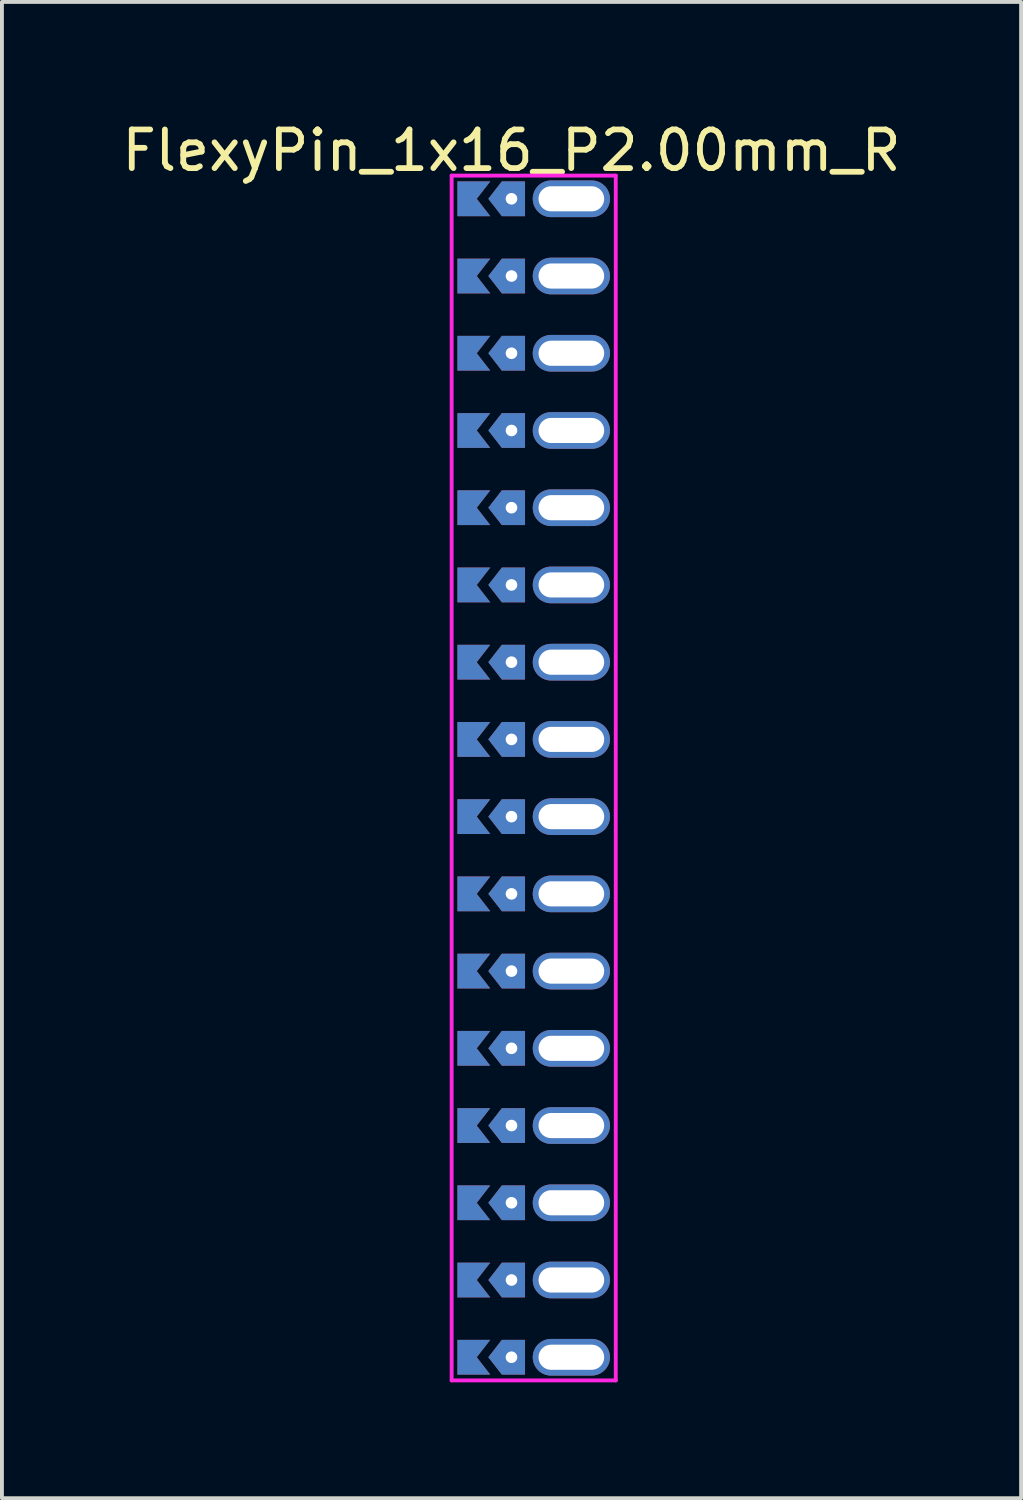
<source format=kicad_pcb>
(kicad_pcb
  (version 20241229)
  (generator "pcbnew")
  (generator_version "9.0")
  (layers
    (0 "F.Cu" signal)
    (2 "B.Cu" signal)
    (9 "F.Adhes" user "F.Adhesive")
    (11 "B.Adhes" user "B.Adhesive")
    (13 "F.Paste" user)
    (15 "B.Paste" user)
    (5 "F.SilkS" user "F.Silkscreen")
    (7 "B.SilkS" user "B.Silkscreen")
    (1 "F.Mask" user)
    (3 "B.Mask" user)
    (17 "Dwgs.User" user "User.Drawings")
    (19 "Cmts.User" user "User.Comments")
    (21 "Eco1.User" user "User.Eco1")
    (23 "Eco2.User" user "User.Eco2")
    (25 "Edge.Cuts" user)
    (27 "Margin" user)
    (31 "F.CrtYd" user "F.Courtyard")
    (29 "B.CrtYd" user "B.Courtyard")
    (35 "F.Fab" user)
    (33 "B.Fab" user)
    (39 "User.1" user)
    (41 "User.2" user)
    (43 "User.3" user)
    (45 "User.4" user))
  (footprint "FlexyPin_1x16_P2.00mm_R"
    (layer "F.Cu")
    (at 10.196 2.098)
    (property "Reference" "FlexyPin_1x16_P2.00mm_R" (at 0 -1.25 0) (layer "F.SilkS") (effects (font (size 1 1) (thickness 0.15))))
    (attr through_hole)
    (fp_line (start -1.55 -0.6) (end 2.7 -0.6) (stroke (width 0.1) (type solid)) (layer "F.CrtYd"))
    (fp_line (start -1.55 30.6) (end -1.55 -0.6) (stroke (width 0.1) (type solid)) (layer "F.CrtYd"))
    (fp_line (start 2.7 -0.6) (end 2.7 30.6) (stroke (width 0.1) (type solid)) (layer "F.CrtYd"))
    (fp_line (start 2.7 30.6) (end -1.55 30.6) (stroke (width 0.1) (type solid)) (layer "F.CrtYd"))
    (pad "" thru_hole custom (at 0 0) (size 0.3 0.3) (drill 0.6) (layers "*.Cu" "*.Mask") (options (anchor rect)) (primitives (gr_poly (pts (xy 0.35 0.45) (xy 0.35 -0.45) (xy -0.25 -0.45) (xy -0.6 0) (xy -0.25 0.45)) (width 0) (fill yes))))
    (pad "" thru_hole custom (at 0 2) (size 0.3 0.3) (drill 0.6) (layers "*.Cu" "*.Mask") (options (anchor rect)) (primitives (gr_poly (pts (xy 0.35 0.45) (xy 0.35 -0.45) (xy -0.25 -0.45) (xy -0.6 0) (xy -0.25 0.45)) (width 0) (fill yes))))
    (pad "" thru_hole custom (at 0 4) (size 0.3 0.3) (drill 0.6) (layers "*.Cu" "*.Mask") (options (anchor rect)) (primitives (gr_poly (pts (xy 0.35 0.45) (xy 0.35 -0.45) (xy -0.25 -0.45) (xy -0.6 0) (xy -0.25 0.45)) (width 0) (fill yes))))
    (pad "" thru_hole custom (at 0 6) (size 0.3 0.3) (drill 0.6) (layers "*.Cu" "*.Mask") (options (anchor rect)) (primitives (gr_poly (pts (xy 0.35 0.45) (xy 0.35 -0.45) (xy -0.25 -0.45) (xy -0.6 0) (xy -0.25 0.45)) (width 0) (fill yes))))
    (pad "" thru_hole custom (at 0 8) (size 0.3 0.3) (drill 0.6) (layers "*.Cu" "*.Mask") (options (anchor rect)) (primitives (gr_poly (pts (xy 0.35 0.45) (xy 0.35 -0.45) (xy -0.25 -0.45) (xy -0.6 0) (xy -0.25 0.45)) (width 0) (fill yes))))
    (pad "" thru_hole custom (at 0 10) (size 0.3 0.3) (drill 0.6) (layers "*.Cu" "*.Mask") (options (anchor rect)) (primitives (gr_poly (pts (xy 0.35 0.45) (xy 0.35 -0.45) (xy -0.25 -0.45) (xy -0.6 0) (xy -0.25 0.45)) (width 0) (fill yes))))
    (pad "" thru_hole custom (at 0 12) (size 0.3 0.3) (drill 0.6) (layers "*.Cu" "*.Mask") (options (anchor rect)) (primitives (gr_poly (pts (xy 0.35 0.45) (xy 0.35 -0.45) (xy -0.25 -0.45) (xy -0.6 0) (xy -0.25 0.45)) (width 0) (fill yes))))
    (pad "" thru_hole custom (at 0 14) (size 0.3 0.3) (drill 0.6) (layers "*.Cu" "*.Mask") (options (anchor rect)) (primitives (gr_poly (pts (xy 0.35 0.45) (xy 0.35 -0.45) (xy -0.25 -0.45) (xy -0.6 0) (xy -0.25 0.45)) (width 0) (fill yes))))
    (pad "" thru_hole custom (at 0 16) (size 0.3 0.3) (drill 0.6) (layers "*.Cu" "*.Mask") (options (anchor rect)) (primitives (gr_poly (pts (xy 0.35 0.45) (xy 0.35 -0.45) (xy -0.25 -0.45) (xy -0.6 0) (xy -0.25 0.45)) (width 0) (fill yes))))
    (pad "" thru_hole custom (at 0 18) (size 0.3 0.3) (drill 0.6) (layers "*.Cu" "*.Mask") (options (anchor rect)) (primitives (gr_poly (pts (xy 0.35 0.45) (xy 0.35 -0.45) (xy -0.25 -0.45) (xy -0.6 0) (xy -0.25 0.45)) (width 0) (fill yes))))
    (pad "" thru_hole custom (at 0 20) (size 0.3 0.3) (drill 0.6) (layers "*.Cu" "*.Mask") (options (anchor rect)) (primitives (gr_poly (pts (xy 0.35 0.45) (xy 0.35 -0.45) (xy -0.25 -0.45) (xy -0.6 0) (xy -0.25 0.45)) (width 0) (fill yes))))
    (pad "" thru_hole custom (at 0 22) (size 0.3 0.3) (drill 0.6) (layers "*.Cu" "*.Mask") (options (anchor rect)) (primitives (gr_poly (pts (xy 0.35 0.45) (xy 0.35 -0.45) (xy -0.25 -0.45) (xy -0.6 0) (xy -0.25 0.45)) (width 0) (fill yes))))
    (pad "" thru_hole custom (at 0 24) (size 0.3 0.3) (drill 0.6) (layers "*.Cu" "*.Mask") (options (anchor rect)) (primitives (gr_poly (pts (xy 0.35 0.45) (xy 0.35 -0.45) (xy -0.25 -0.45) (xy -0.6 0) (xy -0.25 0.45)) (width 0) (fill yes))))
    (pad "" thru_hole custom (at 0 26) (size 0.3 0.3) (drill 0.6) (layers "*.Cu" "*.Mask") (options (anchor rect)) (primitives (gr_poly (pts (xy 0.35 0.45) (xy 0.35 -0.45) (xy -0.25 -0.45) (xy -0.6 0) (xy -0.25 0.45)) (width 0) (fill yes))))
    (pad "" thru_hole custom (at 0 28) (size 0.3 0.3) (drill 0.6) (layers "*.Cu" "*.Mask") (options (anchor rect)) (primitives (gr_poly (pts (xy 0.35 0.45) (xy 0.35 -0.45) (xy -0.25 -0.45) (xy -0.6 0) (xy -0.25 0.45)) (width 0) (fill yes))))
    (pad "" thru_hole custom (at 0 30) (size 0.3 0.3) (drill 0.6) (layers "*.Cu" "*.Mask") (options (anchor rect)) (primitives (gr_poly (pts (xy 0.35 0.45) (xy 0.35 -0.45) (xy -0.25 -0.45) (xy -0.6 0) (xy -0.25 0.45)) (width 0) (fill yes))))
    (pad "" thru_hole oval (at 1.55 0) (size 2 0.95) (drill oval 1.7 0.65) (layers "*.Cu" "*.Mask"))
    (pad "" thru_hole oval (at 1.55 2) (size 2 0.95) (drill oval 1.7 0.65) (layers "*.Cu" "*.Mask"))
    (pad "" thru_hole oval (at 1.55 4) (size 2 0.95) (drill oval 1.7 0.65) (layers "*.Cu" "*.Mask"))
    (pad "" thru_hole oval (at 1.55 6) (size 2 0.95) (drill oval 1.7 0.65) (layers "*.Cu" "*.Mask"))
    (pad "" thru_hole oval (at 1.55 8) (size 2 0.95) (drill oval 1.7 0.65) (layers "*.Cu" "*.Mask"))
    (pad "" thru_hole oval (at 1.55 10) (size 2 0.95) (drill oval 1.7 0.65) (layers "*.Cu" "*.Mask"))
    (pad "" thru_hole oval (at 1.55 12) (size 2 0.95) (drill oval 1.7 0.65) (layers "*.Cu" "*.Mask"))
    (pad "" thru_hole oval (at 1.55 14) (size 2 0.95) (drill oval 1.7 0.65) (layers "*.Cu" "*.Mask"))
    (pad "" thru_hole oval (at 1.55 16) (size 2 0.95) (drill oval 1.7 0.65) (layers "*.Cu" "*.Mask"))
    (pad "" thru_hole oval (at 1.55 18) (size 2 0.95) (drill oval 1.7 0.65) (layers "*.Cu" "*.Mask"))
    (pad "" thru_hole oval (at 1.55 20) (size 2 0.95) (drill oval 1.7 0.65) (layers "*.Cu" "*.Mask"))
    (pad "" thru_hole oval (at 1.55 22) (size 2 0.95) (drill oval 1.7 0.65) (layers "*.Cu" "*.Mask"))
    (pad "" thru_hole oval (at 1.55 24) (size 2 0.95) (drill oval 1.7 0.65) (layers "*.Cu" "*.Mask"))
    (pad "" thru_hole oval (at 1.55 26) (size 2 0.95) (drill oval 1.7 0.65) (layers "*.Cu" "*.Mask"))
    (pad "" thru_hole oval (at 1.55 28) (size 2 0.95) (drill oval 1.7 0.65) (layers "*.Cu" "*.Mask"))
    (pad "" thru_hole oval (at 1.55 30) (size 2 0.95) (drill oval 1.7 0.65) (layers "*.Cu" "*.Mask"))
    (pad "1" smd custom (at -0.9 0) (size 0.01 0.01) (layers "F.Cu" "F.Mask") (options (anchor rect)) (primitives (gr_poly (pts (xy 0 0) (xy 0.35 0.45) (xy -0.5 0.45) (xy -0.5 -0.45) (xy 0.35 -0.45)) (width 0) (fill yes))))
    (pad "2" smd custom (at -0.9 2) (size 0.01 0.01) (layers "F.Cu" "F.Mask") (options (anchor rect)) (primitives (gr_poly (pts (xy 0 0) (xy 0.35 0.45) (xy -0.5 0.45) (xy -0.5 -0.45) (xy 0.35 -0.45)) (width 0) (fill yes))))
    (pad "3" smd custom (at -0.9 4) (size 0.01 0.01) (layers "F.Cu" "F.Mask") (options (anchor rect)) (primitives (gr_poly (pts (xy 0 0) (xy 0.35 0.45) (xy -0.5 0.45) (xy -0.5 -0.45) (xy 0.35 -0.45)) (width 0) (fill yes))))
    (pad "4" smd custom (at -0.9 6) (size 0.01 0.01) (layers "F.Cu" "F.Mask") (options (anchor rect)) (primitives (gr_poly (pts (xy 0 0) (xy 0.35 0.45) (xy -0.5 0.45) (xy -0.5 -0.45) (xy 0.35 -0.45)) (width 0) (fill yes))))
    (pad "5" smd custom (at -0.9 8) (size 0.01 0.01) (layers "F.Cu" "F.Mask") (options (anchor rect)) (primitives (gr_poly (pts (xy 0 0) (xy 0.35 0.45) (xy -0.5 0.45) (xy -0.5 -0.45) (xy 0.35 -0.45)) (width 0) (fill yes))))
    (pad "6" smd custom (at -0.9 10) (size 0.01 0.01) (layers "F.Cu" "F.Mask") (options (anchor rect)) (primitives (gr_poly (pts (xy 0 0) (xy 0.35 0.45) (xy -0.5 0.45) (xy -0.5 -0.45) (xy 0.35 -0.45)) (width 0) (fill yes))))
    (pad "7" smd custom (at -0.9 12) (size 0.01 0.01) (layers "F.Cu" "F.Mask") (options (anchor rect)) (primitives (gr_poly (pts (xy 0 0) (xy 0.35 0.45) (xy -0.5 0.45) (xy -0.5 -0.45) (xy 0.35 -0.45)) (width 0) (fill yes))))
    (pad "8" smd custom (at -0.9 14) (size 0.01 0.01) (layers "F.Cu" "F.Mask") (options (anchor rect)) (primitives (gr_poly (pts (xy 0 0) (xy 0.35 0.45) (xy -0.5 0.45) (xy -0.5 -0.45) (xy 0.35 -0.45)) (width 0) (fill yes))))
    (pad "9" smd custom (at -0.9 16) (size 0.01 0.01) (layers "F.Cu" "F.Mask") (options (anchor rect)) (primitives (gr_poly (pts (xy 0 0) (xy 0.35 0.45) (xy -0.5 0.45) (xy -0.5 -0.45) (xy 0.35 -0.45)) (width 0) (fill yes))))
    (pad "10" smd custom (at -0.9 18) (size 0.01 0.01) (layers "F.Cu" "F.Mask") (options (anchor rect)) (primitives (gr_poly (pts (xy 0 0) (xy 0.35 0.45) (xy -0.5 0.45) (xy -0.5 -0.45) (xy 0.35 -0.45)) (width 0) (fill yes))))
    (pad "11" smd custom (at -0.9 20) (size 0.01 0.01) (layers "F.Cu" "F.Mask") (options (anchor rect)) (primitives (gr_poly (pts (xy 0 0) (xy 0.35 0.45) (xy -0.5 0.45) (xy -0.5 -0.45) (xy 0.35 -0.45)) (width 0) (fill yes))))
    (pad "12" smd custom (at -0.9 22) (size 0.01 0.01) (layers "F.Cu" "F.Mask") (options (anchor rect)) (primitives (gr_poly (pts (xy 0 0) (xy 0.35 0.45) (xy -0.5 0.45) (xy -0.5 -0.45) (xy 0.35 -0.45)) (width 0) (fill yes))))
    (pad "13" smd custom (at -0.9 24) (size 0.01 0.01) (layers "F.Cu" "F.Mask") (options (anchor rect)) (primitives (gr_poly (pts (xy 0 0) (xy 0.35 0.45) (xy -0.5 0.45) (xy -0.5 -0.45) (xy 0.35 -0.45)) (width 0) (fill yes))))
    (pad "14" smd custom (at -0.9 26) (size 0.01 0.01) (layers "F.Cu" "F.Mask") (options (anchor rect)) (primitives (gr_poly (pts (xy 0 0) (xy 0.35 0.45) (xy -0.5 0.45) (xy -0.5 -0.45) (xy 0.35 -0.45)) (width 0) (fill yes))))
    (pad "15" smd custom (at -0.9 28) (size 0.01 0.01) (layers "F.Cu" "F.Mask") (options (anchor rect)) (primitives (gr_poly (pts (xy 0 0) (xy 0.35 0.45) (xy -0.5 0.45) (xy -0.5 -0.45) (xy 0.35 -0.45)) (width 0) (fill yes))))
    (pad "16" smd custom (at -0.9 30) (size 0.01 0.01) (layers "F.Cu" "F.Mask") (options (anchor rect)) (primitives (gr_poly (pts (xy 0 0) (xy 0.35 0.45) (xy -0.5 0.45) (xy -0.5 -0.45) (xy 0.35 -0.45)) (width 0) (fill yes))))
    (pad "17" smd custom (at -0.9 0) (size 0.01 0.01) (layers "B.Cu" "B.Mask") (options (anchor rect)) (primitives (gr_poly (pts (xy 0 0) (xy 0.35 0.45) (xy -0.5 0.45) (xy -0.5 -0.45) (xy 0.35 -0.45)) (width 0) (fill yes))))
    (pad "18" smd custom (at -0.9 2) (size 0.01 0.01) (layers "B.Cu" "B.Mask") (options (anchor rect)) (primitives (gr_poly (pts (xy 0 0) (xy 0.35 0.45) (xy -0.5 0.45) (xy -0.5 -0.45) (xy 0.35 -0.45)) (width 0) (fill yes))))
    (pad "19" smd custom (at -0.9 4) (size 0.01 0.01) (layers "B.Cu" "B.Mask") (options (anchor rect)) (primitives (gr_poly (pts (xy 0 0) (xy 0.35 0.45) (xy -0.5 0.45) (xy -0.5 -0.45) (xy 0.35 -0.45)) (width 0) (fill yes))))
    (pad "20" smd custom (at -0.9 6) (size 0.01 0.01) (layers "B.Cu" "B.Mask") (options (anchor rect)) (primitives (gr_poly (pts (xy 0 0) (xy 0.35 0.45) (xy -0.5 0.45) (xy -0.5 -0.45) (xy 0.35 -0.45)) (width 0) (fill yes))))
    (pad "21" smd custom (at -0.9 8) (size 0.01 0.01) (layers "B.Cu" "B.Mask") (options (anchor rect)) (primitives (gr_poly (pts (xy 0 0) (xy 0.35 0.45) (xy -0.5 0.45) (xy -0.5 -0.45) (xy 0.35 -0.45)) (width 0) (fill yes))))
    (pad "22" smd custom (at -0.9 10) (size 0.01 0.01) (layers "B.Cu" "B.Mask") (options (anchor rect)) (primitives (gr_poly (pts (xy 0 0) (xy 0.35 0.45) (xy -0.5 0.45) (xy -0.5 -0.45) (xy 0.35 -0.45)) (width 0) (fill yes))))
    (pad "23" smd custom (at -0.9 12) (size 0.01 0.01) (layers "B.Cu" "B.Mask") (options (anchor rect)) (primitives (gr_poly (pts (xy 0 0) (xy 0.35 0.45) (xy -0.5 0.45) (xy -0.5 -0.45) (xy 0.35 -0.45)) (width 0) (fill yes))))
    (pad "24" smd custom (at -0.9 14) (size 0.01 0.01) (layers "B.Cu" "B.Mask") (options (anchor rect)) (primitives (gr_poly (pts (xy 0 0) (xy 0.35 0.45) (xy -0.5 0.45) (xy -0.5 -0.45) (xy 0.35 -0.45)) (width 0) (fill yes))))
    (pad "25" smd custom (at -0.9 16) (size 0.01 0.01) (layers "B.Cu" "B.Mask") (options (anchor rect)) (primitives (gr_poly (pts (xy 0 0) (xy 0.35 0.45) (xy -0.5 0.45) (xy -0.5 -0.45) (xy 0.35 -0.45)) (width 0) (fill yes))))
    (pad "26" smd custom (at -0.9 18) (size 0.01 0.01) (layers "B.Cu" "B.Mask") (options (anchor rect)) (primitives (gr_poly (pts (xy 0 0) (xy 0.35 0.45) (xy -0.5 0.45) (xy -0.5 -0.45) (xy 0.35 -0.45)) (width 0) (fill yes))))
    (pad "27" smd custom (at -0.9 20) (size 0.01 0.01) (layers "B.Cu" "B.Mask") (options (anchor rect)) (primitives (gr_poly (pts (xy 0 0) (xy 0.35 0.45) (xy -0.5 0.45) (xy -0.5 -0.45) (xy 0.35 -0.45)) (width 0) (fill yes))))
    (pad "28" smd custom (at -0.9 22) (size 0.01 0.01) (layers "B.Cu" "B.Mask") (options (anchor rect)) (primitives (gr_poly (pts (xy 0 0) (xy 0.35 0.45) (xy -0.5 0.45) (xy -0.5 -0.45) (xy 0.35 -0.45)) (width 0) (fill yes))))
    (pad "29" smd custom (at -0.9 24) (size 0.01 0.01) (layers "B.Cu" "B.Mask") (options (anchor rect)) (primitives (gr_poly (pts (xy 0 0) (xy 0.35 0.45) (xy -0.5 0.45) (xy -0.5 -0.45) (xy 0.35 -0.45)) (width 0) (fill yes))))
    (pad "30" smd custom (at -0.9 26) (size 0.01 0.01) (layers "B.Cu" "B.Mask") (options (anchor rect)) (primitives (gr_poly (pts (xy 0 0) (xy 0.35 0.45) (xy -0.5 0.45) (xy -0.5 -0.45) (xy 0.35 -0.45)) (width 0) (fill yes))))
    (pad "31" smd custom (at -0.9 28) (size 0.01 0.01) (layers "B.Cu" "B.Mask") (options (anchor rect)) (primitives (gr_poly (pts (xy 0 0) (xy 0.35 0.45) (xy -0.5 0.45) (xy -0.5 -0.45) (xy 0.35 -0.45)) (width 0) (fill yes))))
    (pad "32" smd custom (at -0.9 30) (size 0.01 0.01) (layers "B.Cu" "B.Mask") (options (anchor rect)) (primitives (gr_poly (pts (xy 0 0) (xy 0.35 0.45) (xy -0.5 0.45) (xy -0.5 -0.45) (xy 0.35 -0.45)) (width 0) (fill yes)))))
  (gr_rect
    (start -3 -3)
    (end 23.393 35.748)
    (stroke (width 0.1) (type default))
    (fill no)
    (layer "Edge.Cuts")))
</source>
